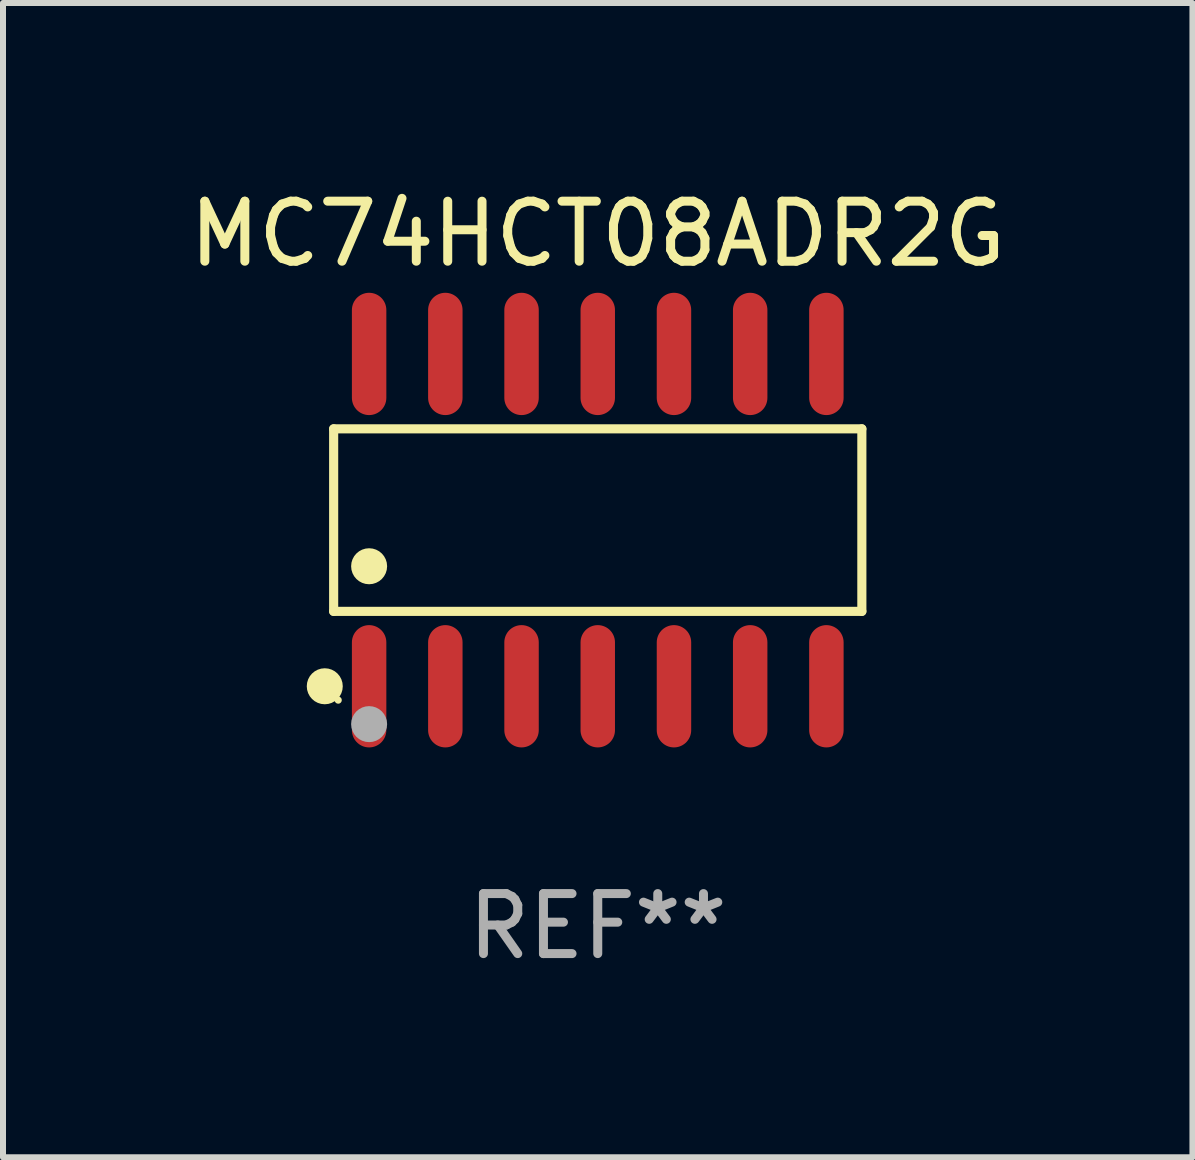
<source format=kicad_pcb>
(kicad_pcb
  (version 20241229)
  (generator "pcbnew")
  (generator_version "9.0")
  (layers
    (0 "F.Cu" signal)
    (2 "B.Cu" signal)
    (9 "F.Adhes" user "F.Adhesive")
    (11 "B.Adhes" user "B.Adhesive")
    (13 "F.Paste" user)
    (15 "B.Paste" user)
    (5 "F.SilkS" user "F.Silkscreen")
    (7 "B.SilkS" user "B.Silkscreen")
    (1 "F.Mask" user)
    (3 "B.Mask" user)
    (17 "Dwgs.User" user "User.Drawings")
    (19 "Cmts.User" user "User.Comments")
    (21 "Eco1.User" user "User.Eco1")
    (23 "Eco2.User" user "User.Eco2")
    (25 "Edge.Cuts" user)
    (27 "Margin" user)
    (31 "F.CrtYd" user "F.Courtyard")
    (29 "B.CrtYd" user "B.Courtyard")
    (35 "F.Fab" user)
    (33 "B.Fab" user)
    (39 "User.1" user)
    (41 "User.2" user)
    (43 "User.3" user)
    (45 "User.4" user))
  (footprint "MC74HCT08ADR2G"
    (layer "F.Cu")
    (at 6.911 5.617)
    (property "Reference" "MC74HCT08ADR2G" (at 0 -4.769 0) (layer "F.SilkS") (effects (font (size 1 1) (thickness 0.15))))
    (attr through_hole)
    (fp_line (start -4.401 -1.521) (end 4.401 -1.521) (stroke (width 0.152) (type solid)) (layer "F.SilkS"))
    (fp_line (start -4.401 1.521) (end -4.401 -1.521) (stroke (width 0.152) (type solid)) (layer "F.SilkS"))
    (fp_line (start 4.401 -1.521) (end 4.401 1.521) (stroke (width 0.152) (type solid)) (layer "F.SilkS"))
    (fp_line (start 4.401 1.521) (end -4.401 1.521) (stroke (width 0.152) (type solid)) (layer "F.SilkS"))
    (fp_circle (center -4.549 2.769) (end -4.399 2.769) (stroke (width 0.3) (type solid)) (fill no) (layer "F.SilkS"))
    (fp_circle (center -4.325 3) (end -4.295 3) (stroke (width 0.06) (type solid)) (fill no) (layer "F.SilkS"))
    (fp_circle (center -3.81 0.769) (end -3.66 0.769) (stroke (width 0.3) (type solid)) (fill no) (layer "F.SilkS"))
    (fp_circle (center -3.81 3.4) (end -3.66 3.4) (stroke (width 0.3) (type solid)) (fill no) (layer "F.Fab"))
    (fp_text user "REF**" (at 0 6.769 0) (layer "F.Fab") (effects (font (size 1 1) (thickness 0.15))))
    (pad "1" smd oval (at -3.81 2.769) (size 0.574 2.038) (layers "F.Cu" "F.Mask" "F.Paste"))
    (pad "2" smd oval (at -2.54 2.769) (size 0.574 2.038) (layers "F.Cu" "F.Mask" "F.Paste"))
    (pad "3" smd oval (at -1.27 2.769) (size 0.574 2.038) (layers "F.Cu" "F.Mask" "F.Paste"))
    (pad "4" smd oval (at 0 2.769) (size 0.574 2.038) (layers "F.Cu" "F.Mask" "F.Paste"))
    (pad "5" smd oval (at 1.27 2.769) (size 0.574 2.038) (layers "F.Cu" "F.Mask" "F.Paste"))
    (pad "6" smd oval (at 2.54 2.769) (size 0.574 2.038) (layers "F.Cu" "F.Mask" "F.Paste"))
    (pad "7" smd oval (at 3.81 2.769) (size 0.574 2.038) (layers "F.Cu" "F.Mask" "F.Paste"))
    (pad "8" smd oval (at 3.81 -2.769) (size 0.574 2.038) (layers "F.Cu" "F.Mask" "F.Paste"))
    (pad "9" smd oval (at 2.54 -2.769) (size 0.574 2.038) (layers "F.Cu" "F.Mask" "F.Paste"))
    (pad "10" smd oval (at 1.27 -2.769) (size 0.574 2.038) (layers "F.Cu" "F.Mask" "F.Paste"))
    (pad "11" smd oval (at 0 -2.769) (size 0.574 2.038) (layers "F.Cu" "F.Mask" "F.Paste"))
    (pad "12" smd oval (at -1.27 -2.769) (size 0.574 2.038) (layers "F.Cu" "F.Mask" "F.Paste"))
    (pad "13" smd oval (at -2.54 -2.769) (size 0.574 2.038) (layers "F.Cu" "F.Mask" "F.Paste"))
    (pad "14" smd oval (at -3.81 -2.769) (size 0.574 2.038) (layers "F.Cu" "F.Mask" "F.Paste")))
  (gr_rect
    (start -3 -3)
    (end 16.821 16.235)
    (stroke (width 0.1) (type default))
    (fill no)
    (layer "Edge.Cuts")))
</source>
